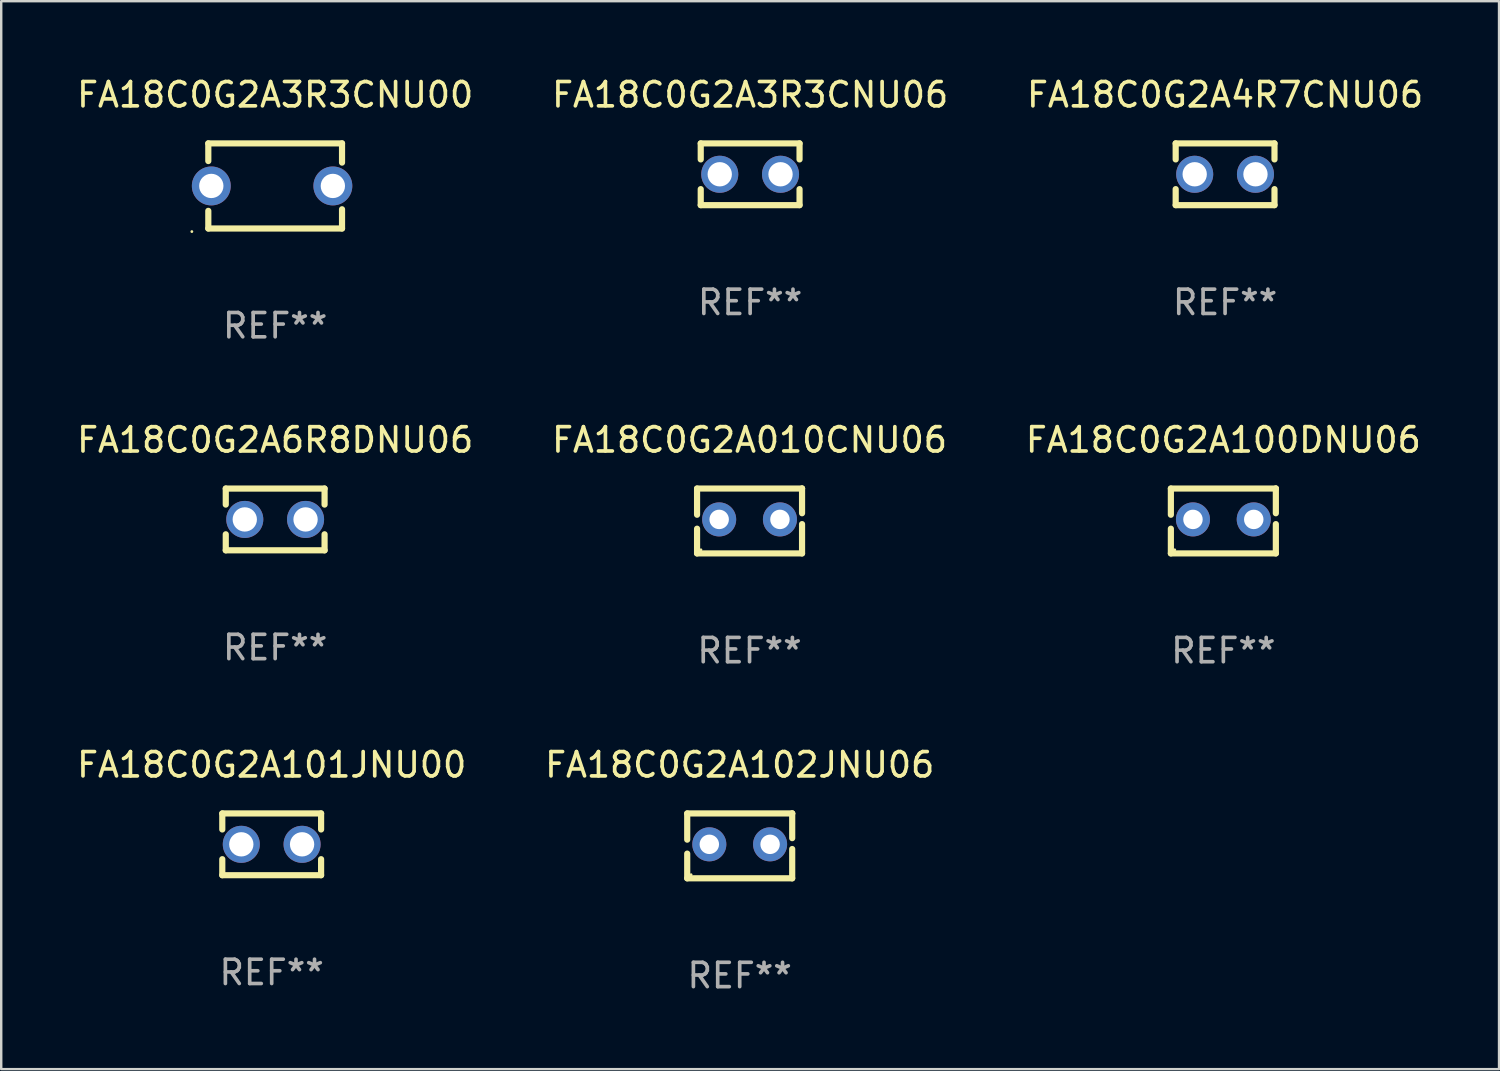
<source format=kicad_pcb>
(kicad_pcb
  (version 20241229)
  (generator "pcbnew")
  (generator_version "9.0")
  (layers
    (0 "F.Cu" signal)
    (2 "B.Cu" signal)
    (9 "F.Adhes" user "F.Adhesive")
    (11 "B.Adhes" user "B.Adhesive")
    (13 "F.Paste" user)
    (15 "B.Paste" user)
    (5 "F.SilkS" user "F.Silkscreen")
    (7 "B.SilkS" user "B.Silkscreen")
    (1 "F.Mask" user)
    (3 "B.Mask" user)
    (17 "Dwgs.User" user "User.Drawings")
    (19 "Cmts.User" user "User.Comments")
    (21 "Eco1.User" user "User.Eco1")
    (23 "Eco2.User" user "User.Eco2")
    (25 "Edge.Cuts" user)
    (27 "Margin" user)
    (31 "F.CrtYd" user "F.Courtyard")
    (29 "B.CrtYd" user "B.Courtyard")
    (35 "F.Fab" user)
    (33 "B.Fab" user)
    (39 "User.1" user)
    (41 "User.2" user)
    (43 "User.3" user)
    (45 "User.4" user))
  (footprint "FA18C0G2A102JNU06"
    (layer "F.Cu")
    (at 27.375 31.742)
    (property "Reference" "FA18C0G2A102JNU06" (at 0 -3.334 0) (layer "F.SilkS") (effects (font (size 1 1) (thickness 0.15))))
    (attr through_hole)
    (fp_line (start -2.159 -1.334) (end 2.159 -1.334) (stroke (width 0.254) (type solid)) (layer "F.SilkS"))
    (fp_line (start -2.159 -0.256) (end -2.159 -1.334) (stroke (width 0.254) (type solid)) (layer "F.SilkS"))
    (fp_line (start -2.159 1.334) (end -2.159 0.318) (stroke (width 0.254) (type solid)) (layer "F.SilkS"))
    (fp_line (start 2.159 -1.334) (end 2.159 -1.334) (stroke (width 0.254) (type solid)) (layer "F.SilkS"))
    (fp_line (start 2.159 -1.334) (end 2.159 -0.318) (stroke (width 0.254) (type solid)) (layer "F.SilkS"))
    (fp_line (start 2.159 0.129) (end 2.159 1.334) (stroke (width 0.254) (type solid)) (layer "F.SilkS"))
    (fp_line (start 2.159 1.334) (end -2.159 1.334) (stroke (width 0.254) (type solid)) (layer "F.SilkS"))
    (fp_circle (center -2 1.186) (end -1.97 1.186) (stroke (width 0.06) (type solid)) (fill no) (layer "F.SilkS"))
    (fp_text user "REF**" (at 0 5.334 0) (layer "F.Fab") (effects (font (size 1 1) (thickness 0.15))))
    (pad "1" thru_hole circle (at -1.25 -0.064) (size 1.4 1.4) (drill 0.8) (layers "*.Cu" "*.Mask"))
    (pad "2" thru_hole circle (at 1.25 -0.064) (size 1.4 1.4) (drill 0.8) (layers "*.Cu" "*.Mask")))
  (footprint "FA18C0G2A101JNU00"
    (layer "F.Cu")
    (at 8.125 31.678)
    (property "Reference" "FA18C0G2A101JNU00" (at 0 -3.27 0) (layer "F.SilkS") (effects (font (size 1 1) (thickness 0.15))))
    (attr through_hole)
    (fp_line (start -2.032 -1.27) (end -2.032 -0.611) (stroke (width 0.254) (type solid)) (layer "F.SilkS"))
    (fp_line (start -2.032 0.611) (end -2.032 1.27) (stroke (width 0.254) (type solid)) (layer "F.SilkS"))
    (fp_line (start -2.032 1.27) (end 2.032 1.27) (stroke (width 0.254) (type solid)) (layer "F.SilkS"))
    (fp_line (start 2.032 -1.27) (end -2.032 -1.27) (stroke (width 0.254) (type solid)) (layer "F.SilkS"))
    (fp_line (start 2.032 -0.611) (end 2.032 -1.27) (stroke (width 0.254) (type solid)) (layer "F.SilkS"))
    (fp_line (start 2.032 1.27) (end 2.032 0.611) (stroke (width 0.254) (type solid)) (layer "F.SilkS"))
    (fp_circle (center -2 1.25) (end -1.97 1.25) (stroke (width 0.06) (type solid)) (fill no) (layer "F.SilkS"))
    (fp_text user "REF**" (at 0 5.27 0) (layer "F.Fab") (effects (font (size 1 1) (thickness 0.15))))
    (pad "1" thru_hole circle (at -1.25 0) (size 1.524 1.524) (drill 1) (layers "*.Cu" "*.Mask"))
    (pad "2" thru_hole circle (at 1.25 0) (size 1.524 1.524) (drill 1) (layers "*.Cu" "*.Mask")))
  (footprint "FA18C0G2A4R7CNU06"
    (layer "F.Cu")
    (at 47.339 4.118)
    (property "Reference" "FA18C0G2A4R7CNU06" (at 0 -3.27 0) (layer "F.SilkS") (effects (font (size 1 1) (thickness 0.15))))
    (attr through_hole)
    (fp_line (start -2.032 -1.27) (end -2.032 -0.611) (stroke (width 0.254) (type solid)) (layer "F.SilkS"))
    (fp_line (start -2.032 0.611) (end -2.032 1.27) (stroke (width 0.254) (type solid)) (layer "F.SilkS"))
    (fp_line (start -2.032 1.27) (end 2.032 1.27) (stroke (width 0.254) (type solid)) (layer "F.SilkS"))
    (fp_line (start 2.032 -1.27) (end -2.032 -1.27) (stroke (width 0.254) (type solid)) (layer "F.SilkS"))
    (fp_line (start 2.032 -0.611) (end 2.032 -1.27) (stroke (width 0.254) (type solid)) (layer "F.SilkS"))
    (fp_line (start 2.032 1.27) (end 2.032 0.611) (stroke (width 0.254) (type solid)) (layer "F.SilkS"))
    (fp_circle (center -2 1.25) (end -1.97 1.25) (stroke (width 0.06) (type solid)) (fill no) (layer "F.SilkS"))
    (fp_text user "REF**" (at 0 5.27 0) (layer "F.Fab") (effects (font (size 1 1) (thickness 0.15))))
    (pad "1" thru_hole circle (at -1.25 0) (size 1.524 1.524) (drill 1) (layers "*.Cu" "*.Mask"))
    (pad "2" thru_hole circle (at 1.25 0) (size 1.524 1.524) (drill 1) (layers "*.Cu" "*.Mask")))
  (footprint "FA18C0G2A3R3CNU00"
    (layer "F.Cu")
    (at 8.268 4.598)
    (property "Reference" "FA18C0G2A3R3CNU00" (at 0 -3.75 0) (layer "F.SilkS") (effects (font (size 1 1) (thickness 0.15))))
    (attr through_hole)
    (fp_line (start -2.75 -1.75) (end -2.75 -1.024) (stroke (width 0.254) (type solid)) (layer "F.SilkS"))
    (fp_line (start -2.75 -1.75) (end 2.75 -1.75) (stroke (width 0.254) (type solid)) (layer "F.SilkS"))
    (fp_line (start -2.75 1.024) (end -2.75 1.75) (stroke (width 0.254) (type solid)) (layer "F.SilkS"))
    (fp_line (start 2.75 -1.75) (end 2.75 -0.96) (stroke (width 0.254) (type solid)) (layer "F.SilkS"))
    (fp_line (start 2.75 0.96) (end 2.75 1.75) (stroke (width 0.254) (type solid)) (layer "F.SilkS"))
    (fp_line (start 2.75 1.75) (end -2.75 1.75) (stroke (width 0.254) (type solid)) (layer "F.SilkS"))
    (fp_circle (center -3.427 1.877) (end -3.397 1.877) (stroke (width 0.06) (type solid)) (fill no) (layer "F.SilkS"))
    (fp_text user "REF**" (at 0 5.75 0) (layer "F.Fab") (effects (font (size 1 1) (thickness 0.15))))
    (pad "1" thru_hole circle (at -2.627 0) (size 1.6 1.6) (drill 1) (layers "*.Cu" "*.Mask"))
    (pad "2" thru_hole circle (at 2.373 0) (size 1.6 1.6) (drill 1) (layers "*.Cu" "*.Mask")))
  (footprint "FA18C0G2A6R8DNU06"
    (layer "F.Cu")
    (at 8.268 18.315)
    (property "Reference" "FA18C0G2A6R8DNU06" (at 0 -3.27 0) (layer "F.SilkS") (effects (font (size 1 1) (thickness 0.15))))
    (attr through_hole)
    (fp_line (start -2.032 -1.27) (end -2.032 -0.611) (stroke (width 0.254) (type solid)) (layer "F.SilkS"))
    (fp_line (start -2.032 0.611) (end -2.032 1.27) (stroke (width 0.254) (type solid)) (layer "F.SilkS"))
    (fp_line (start -2.032 1.27) (end 2.032 1.27) (stroke (width 0.254) (type solid)) (layer "F.SilkS"))
    (fp_line (start 2.032 -1.27) (end -2.032 -1.27) (stroke (width 0.254) (type solid)) (layer "F.SilkS"))
    (fp_line (start 2.032 -0.611) (end 2.032 -1.27) (stroke (width 0.254) (type solid)) (layer "F.SilkS"))
    (fp_line (start 2.032 1.27) (end 2.032 0.611) (stroke (width 0.254) (type solid)) (layer "F.SilkS"))
    (fp_circle (center -2 1.25) (end -1.97 1.25) (stroke (width 0.06) (type solid)) (fill no) (layer "F.SilkS"))
    (fp_text user "REF**" (at 0 5.27 0) (layer "F.Fab") (effects (font (size 1 1) (thickness 0.15))))
    (pad "1" thru_hole circle (at -1.25 0) (size 1.524 1.524) (drill 1) (layers "*.Cu" "*.Mask"))
    (pad "2" thru_hole circle (at 1.25 0) (size 1.524 1.524) (drill 1) (layers "*.Cu" "*.Mask")))
  (footprint "FA18C0G2A010CNU06"
    (layer "F.Cu")
    (at 27.78 18.378)
    (property "Reference" "FA18C0G2A010CNU06" (at 0 -3.334 0) (layer "F.SilkS") (effects (font (size 1 1) (thickness 0.15))))
    (attr through_hole)
    (fp_line (start -2.159 -1.334) (end 2.159 -1.334) (stroke (width 0.254) (type solid)) (layer "F.SilkS"))
    (fp_line (start -2.159 -0.256) (end -2.159 -1.334) (stroke (width 0.254) (type solid)) (layer "F.SilkS"))
    (fp_line (start -2.159 1.334) (end -2.159 0.318) (stroke (width 0.254) (type solid)) (layer "F.SilkS"))
    (fp_line (start 2.159 -1.334) (end 2.159 -1.334) (stroke (width 0.254) (type solid)) (layer "F.SilkS"))
    (fp_line (start 2.159 -1.334) (end 2.159 -0.318) (stroke (width 0.254) (type solid)) (layer "F.SilkS"))
    (fp_line (start 2.159 0.129) (end 2.159 1.334) (stroke (width 0.254) (type solid)) (layer "F.SilkS"))
    (fp_line (start 2.159 1.334) (end -2.159 1.334) (stroke (width 0.254) (type solid)) (layer "F.SilkS"))
    (fp_circle (center -2 1.186) (end -1.97 1.186) (stroke (width 0.06) (type solid)) (fill no) (layer "F.SilkS"))
    (fp_text user "REF**" (at 0 5.334 0) (layer "F.Fab") (effects (font (size 1 1) (thickness 0.15))))
    (pad "1" thru_hole circle (at -1.25 -0.064) (size 1.4 1.4) (drill 0.8) (layers "*.Cu" "*.Mask"))
    (pad "2" thru_hole circle (at 1.25 -0.064) (size 1.4 1.4) (drill 0.8) (layers "*.Cu" "*.Mask")))
  (footprint "FA18C0G2A100DNU06"
    (layer "F.Cu")
    (at 47.268 18.378)
    (property "Reference" "FA18C0G2A100DNU06" (at 0 -3.334 0) (layer "F.SilkS") (effects (font (size 1 1) (thickness 0.15))))
    (attr through_hole)
    (fp_line (start -2.159 -1.334) (end 2.159 -1.334) (stroke (width 0.254) (type solid)) (layer "F.SilkS"))
    (fp_line (start -2.159 -0.256) (end -2.159 -1.334) (stroke (width 0.254) (type solid)) (layer "F.SilkS"))
    (fp_line (start -2.159 1.334) (end -2.159 0.318) (stroke (width 0.254) (type solid)) (layer "F.SilkS"))
    (fp_line (start 2.159 -1.334) (end 2.159 -1.334) (stroke (width 0.254) (type solid)) (layer "F.SilkS"))
    (fp_line (start 2.159 -1.334) (end 2.159 -0.318) (stroke (width 0.254) (type solid)) (layer "F.SilkS"))
    (fp_line (start 2.159 0.129) (end 2.159 1.334) (stroke (width 0.254) (type solid)) (layer "F.SilkS"))
    (fp_line (start 2.159 1.334) (end -2.159 1.334) (stroke (width 0.254) (type solid)) (layer "F.SilkS"))
    (fp_circle (center -2 1.186) (end -1.97 1.186) (stroke (width 0.06) (type solid)) (fill no) (layer "F.SilkS"))
    (fp_text user "REF**" (at 0 5.334 0) (layer "F.Fab") (effects (font (size 1 1) (thickness 0.15))))
    (pad "1" thru_hole circle (at -1.25 -0.064) (size 1.4 1.4) (drill 0.8) (layers "*.Cu" "*.Mask"))
    (pad "2" thru_hole circle (at 1.25 -0.064) (size 1.4 1.4) (drill 0.8) (layers "*.Cu" "*.Mask")))
  (footprint "FA18C0G2A3R3CNU06"
    (layer "F.Cu")
    (at 27.804 4.118)
    (property "Reference" "FA18C0G2A3R3CNU06" (at 0 -3.27 0) (layer "F.SilkS") (effects (font (size 1 1) (thickness 0.15))))
    (attr through_hole)
    (fp_line (start -2.032 -1.27) (end -2.032 -0.611) (stroke (width 0.254) (type solid)) (layer "F.SilkS"))
    (fp_line (start -2.032 0.611) (end -2.032 1.27) (stroke (width 0.254) (type solid)) (layer "F.SilkS"))
    (fp_line (start -2.032 1.27) (end 2.032 1.27) (stroke (width 0.254) (type solid)) (layer "F.SilkS"))
    (fp_line (start 2.032 -1.27) (end -2.032 -1.27) (stroke (width 0.254) (type solid)) (layer "F.SilkS"))
    (fp_line (start 2.032 -0.611) (end 2.032 -1.27) (stroke (width 0.254) (type solid)) (layer "F.SilkS"))
    (fp_line (start 2.032 1.27) (end 2.032 0.611) (stroke (width 0.254) (type solid)) (layer "F.SilkS"))
    (fp_circle (center -2 1.25) (end -1.97 1.25) (stroke (width 0.06) (type solid)) (fill no) (layer "F.SilkS"))
    (fp_text user "REF**" (at 0 5.27 0) (layer "F.Fab") (effects (font (size 1 1) (thickness 0.15))))
    (pad "1" thru_hole circle (at -1.25 0) (size 1.524 1.524) (drill 1) (layers "*.Cu" "*.Mask"))
    (pad "2" thru_hole circle (at 1.25 0) (size 1.524 1.524) (drill 1) (layers "*.Cu" "*.Mask")))
  (gr_rect
    (start -3 -3)
    (end 58.607 40.924)
    (stroke (width 0.1) (type default))
    (fill no)
    (layer "Edge.Cuts")))
</source>
